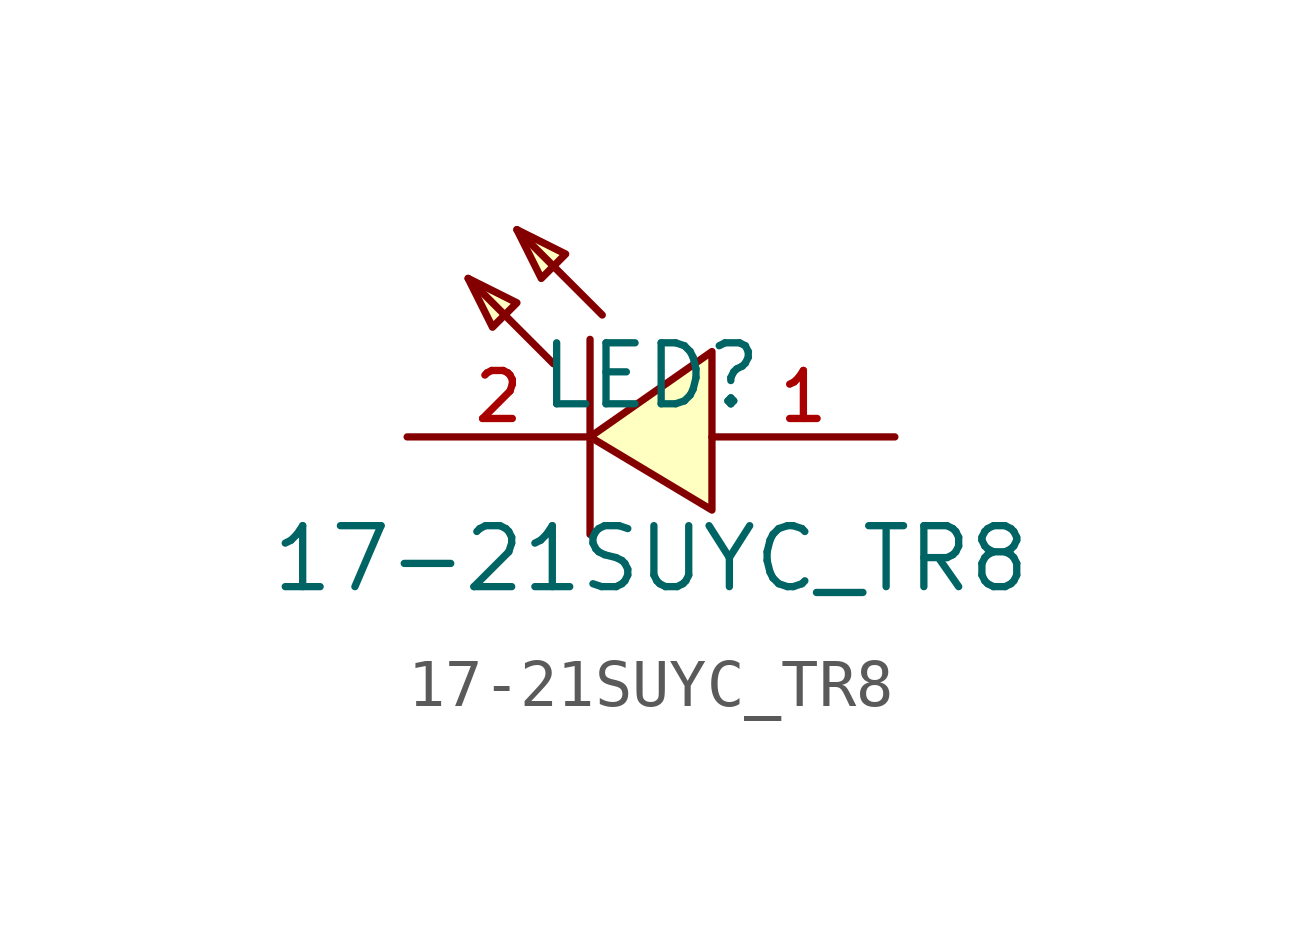
<source format=kicad_sym>
(kicad_symbol_lib
  (version 20210201)
  (generator TousstNicolas/JLC2KiCad_lib)
  (symbol "17-21SUYC_TR8"
    (pin_names hide)
    (property "Reference" "LED"
      (at 0 1.27 0)
      (effects (font (size 1.27 1.27))))
    (property "Value" "17-21SUYC_TR8"
      (at 0 -2.54 0)
      (effects (font (size 1.27 1.27))))
    (symbol "17-21SUYC_TR8_0_1"
      (polyline (pts (xy -3.81 3.302) (xy -2.794 2.794) (xy -3.302 2.286) (xy -3.81 3.302)) (stroke (width 0) (type default) (color 0 0 0 0)) (fill (type background)))
      (polyline (pts (xy -2.794 4.318) (xy -1.778 3.81) (xy -2.286 3.302) (xy -2.794 4.318)) (stroke (width 0) (type default) (color 0 0 0 0)) (fill (type background)))
      (pin unspecified line (at -5.08 -0.0 0) (length 3.81) (name "-" (effects (font (size 1 1)))) (number "2" (effects (font (size 1 1)))))
      (polyline (pts (xy -2.032 1.524) (xy -3.81 3.302)) (stroke (width 0) (type default) (color 0 0 0 0)) (fill (type none)))
      (polyline (pts (xy -1.016 2.54) (xy -2.794 4.318)) (stroke (width 0) (type default) (color 0 0 0 0)) (fill (type none)))
      (pin unspecified line (at 5.08 -0.0 180) (length 3.81) (name "+" (effects (font (size 1 1)))) (number "1" (effects (font (size 1 1)))))
      (polyline (pts (xy -1.27 2.032) (xy -1.27 -2.032)) (stroke (width 0) (type default) (color 0 0 0 0)) (fill (type none)))
      (polyline (pts (xy 1.27 -1.524) (xy -1.27 -0.0) (xy 1.27 1.778) (xy 1.27 -1.524)) (stroke (width 0) (type default) (color 0 0 0 0)) (fill (type background))))))
</source>
